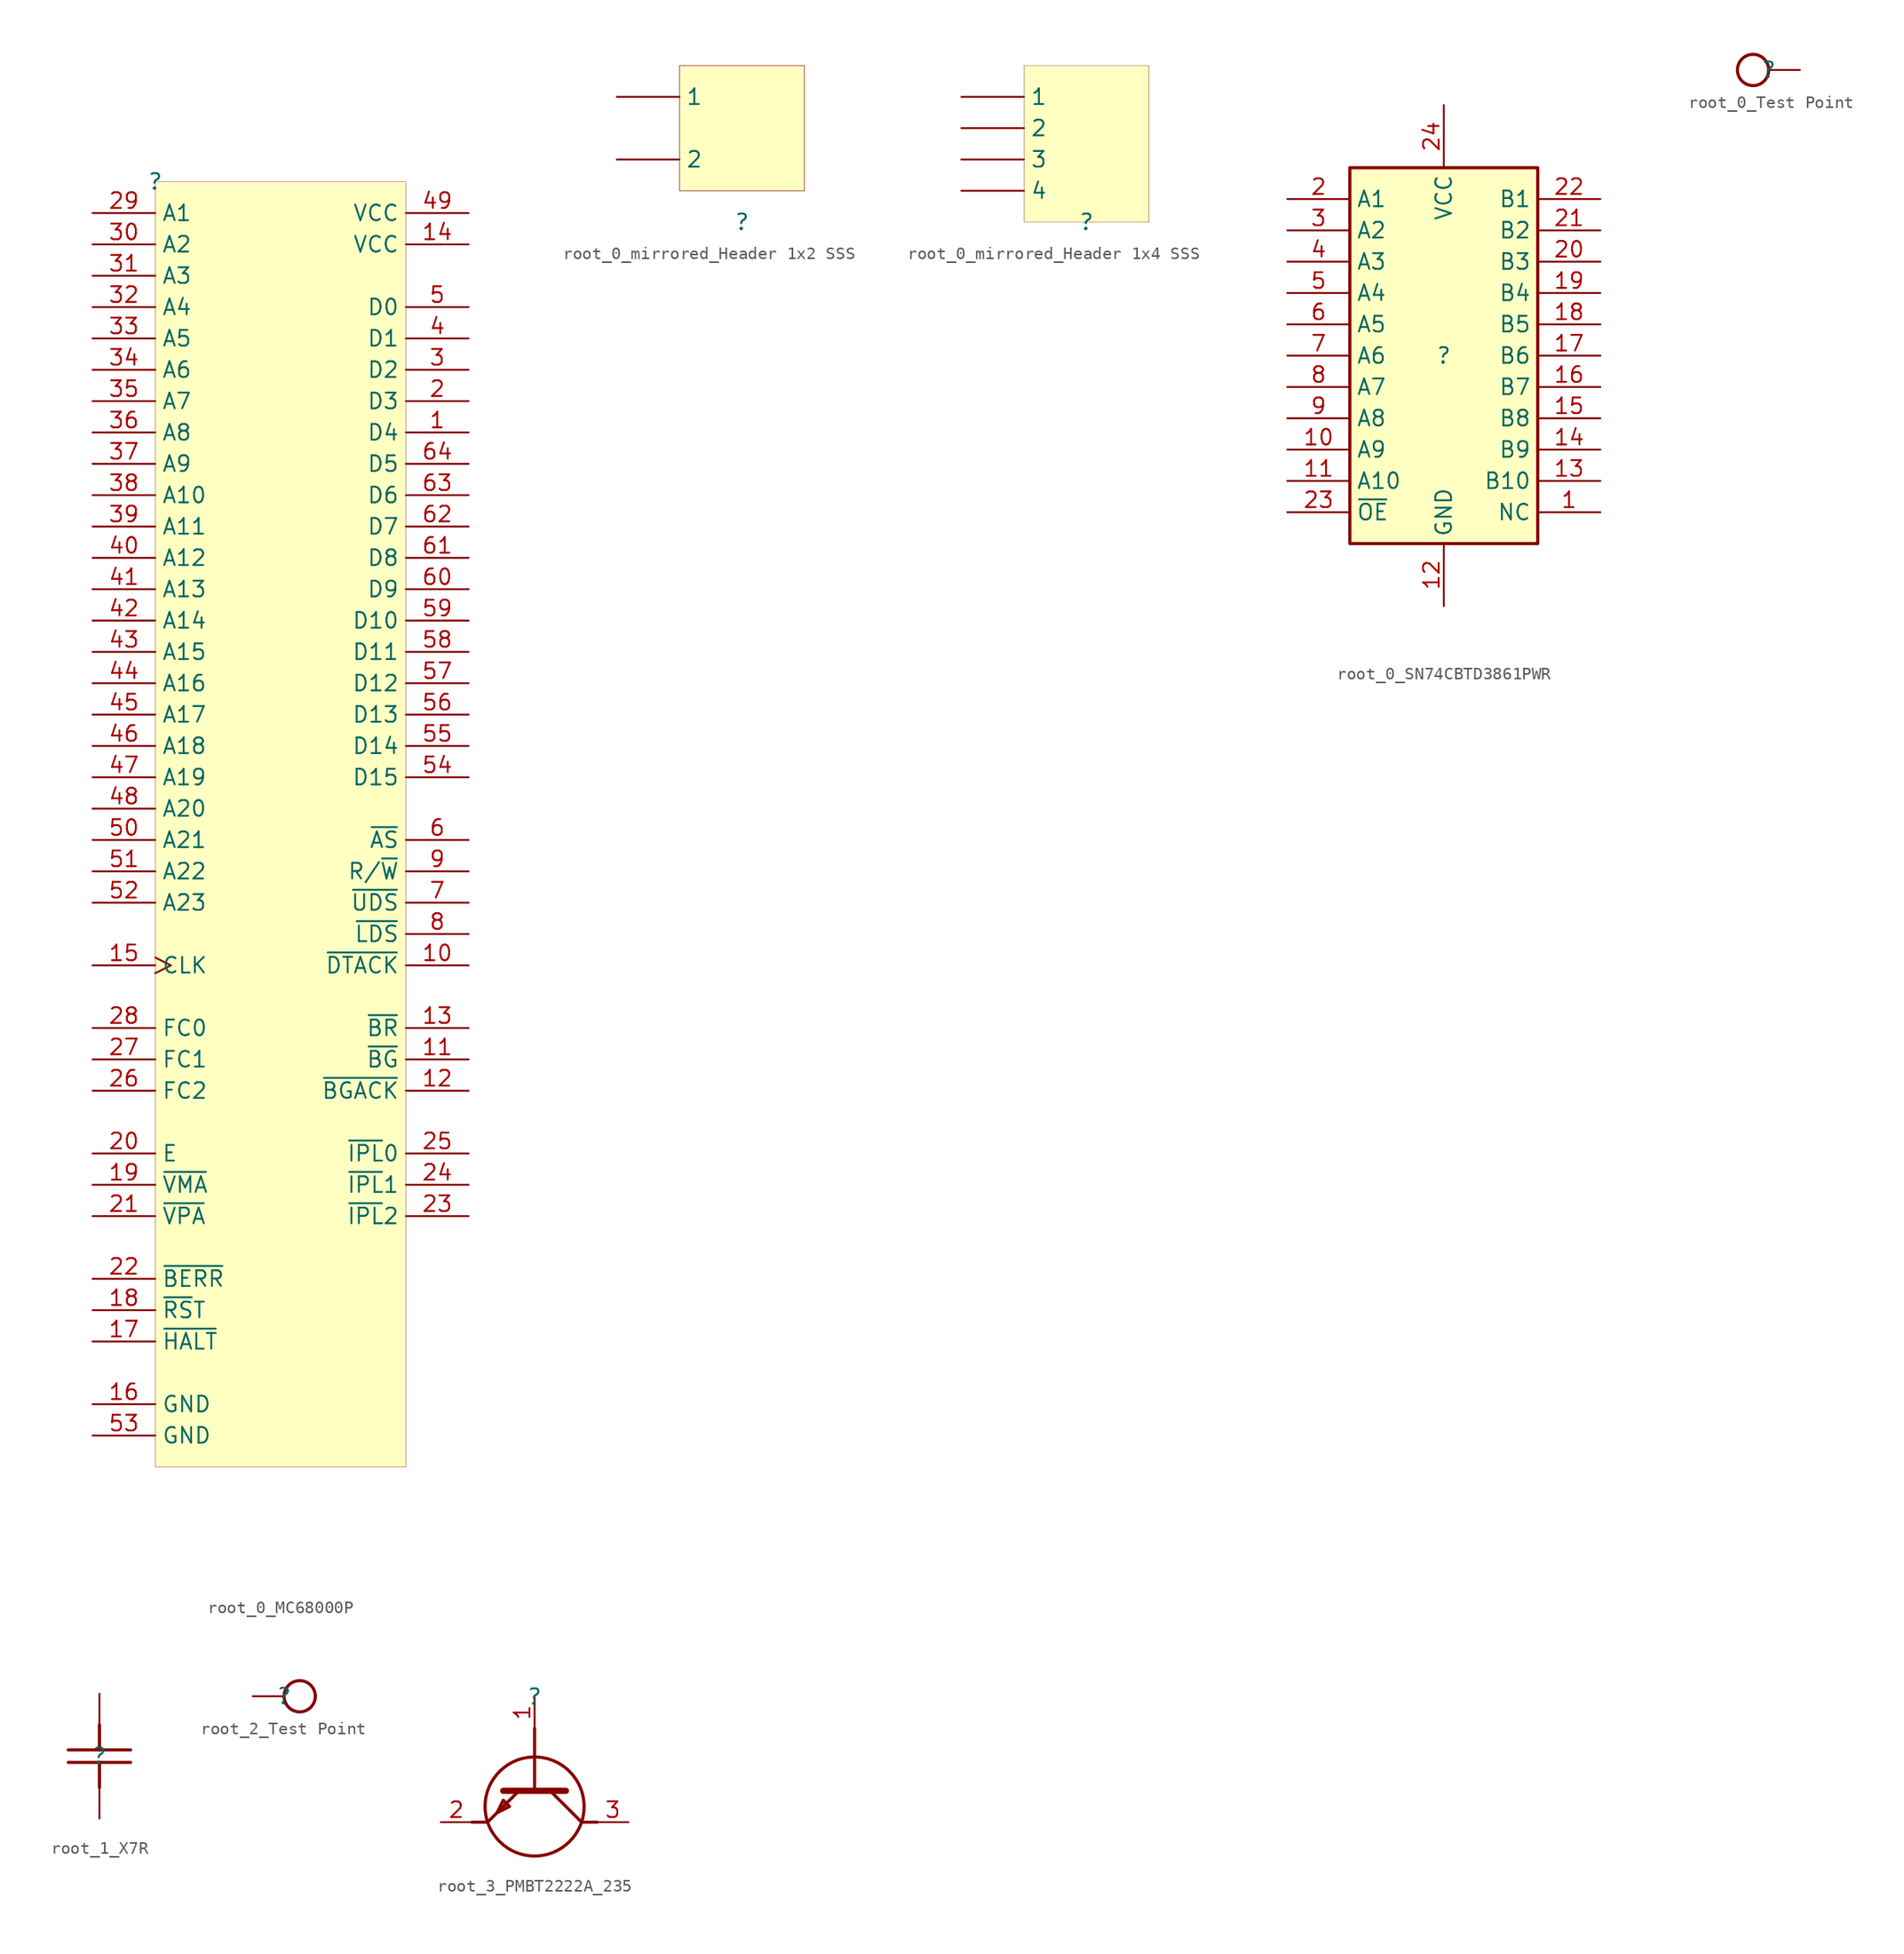
<source format=kicad_sym>
(kicad_symbol_lib
  (version 20231120)
  (generator "kicad_symbol_editor")
  (generator_version "7.99")
  (symbol "root_0_MC68000P"
    (property "Reference" ""
      (at 0 0 0)
      (effects (font (size 1.27 1.27))))
    (property "Value" ""
      (at 0 0 0)
      (effects (font (size 1.27 1.27))))
    (symbol "root_0_MC68000P_1_0"
      (rectangle (start 20.32 0) (end 0 -104.14) (stroke (width 0.025) (type solid) (color 128 0 0 1)) (fill (type background)))
      (pin bidirectional line (at 25.4 -20.32 180) (length 5.08) (name "D4" (effects (font (size 1.27 1.27)))) (number "1" (effects (font (size 1.27 1.27)))))
      (pin input line (at 25.4 -63.5 180) (length 5.08) (name "~{DTACK}" (effects (font (size 1.27 1.27)))) (number "10" (effects (font (size 1.27 1.27)))))
      (pin output line (at 25.4 -71.12 180) (length 5.08) (name "~{BG}" (effects (font (size 1.27 1.27)))) (number "11" (effects (font (size 1.27 1.27)))))
      (pin input line (at 25.4 -73.66 180) (length 5.08) (name "~{BGACK}" (effects (font (size 1.27 1.27)))) (number "12" (effects (font (size 1.27 1.27)))))
      (pin input line (at 25.4 -68.58 180) (length 5.08) (name "~{BR}" (effects (font (size 1.27 1.27)))) (number "13" (effects (font (size 1.27 1.27)))))
      (pin power_in line (at 25.4 -5.08 180) (length 5.08) (name "VCC" (effects (font (size 1.27 1.27)))) (number "14" (effects (font (size 1.27 1.27)))))
      (pin input clock (at -5.08 -63.5 0) (length 5.08) (name "CLK" (effects (font (size 1.27 1.27)))) (number "15" (effects (font (size 1.27 1.27)))))
      (pin power_in line (at -5.08 -99.06 0) (length 5.08) (name "GND" (effects (font (size 1.27 1.27)))) (number "16" (effects (font (size 1.27 1.27)))))
      (pin bidirectional line (at -5.08 -93.98 0) (length 5.08) (name "~{HALT}" (effects (font (size 1.27 1.27)))) (number "17" (effects (font (size 1.27 1.27)))))
      (pin bidirectional line (at -5.08 -91.44 0) (length 5.08) (name "~{RS}T" (effects (font (size 1.27 1.27)))) (number "18" (effects (font (size 1.27 1.27)))))
      (pin output line (at -5.08 -81.28 0) (length 5.08) (name "~{VMA}" (effects (font (size 1.27 1.27)))) (number "19" (effects (font (size 1.27 1.27)))))
      (pin bidirectional line (at 25.4 -17.78 180) (length 5.08) (name "D3" (effects (font (size 1.27 1.27)))) (number "2" (effects (font (size 1.27 1.27)))))
      (pin output line (at -5.08 -78.74 0) (length 5.08) (name "E" (effects (font (size 1.27 1.27)))) (number "20" (effects (font (size 1.27 1.27)))))
      (pin input line (at -5.08 -83.82 0) (length 5.08) (name "~{VPA}" (effects (font (size 1.27 1.27)))) (number "21" (effects (font (size 1.27 1.27)))))
      (pin input line (at -5.08 -88.9 0) (length 5.08) (name "~{BERR}" (effects (font (size 1.27 1.27)))) (number "22" (effects (font (size 1.27 1.27)))))
      (pin input line (at 25.4 -83.82 180) (length 5.08) (name "~{IPL}2" (effects (font (size 1.27 1.27)))) (number "23" (effects (font (size 1.27 1.27)))))
      (pin input line (at 25.4 -81.28 180) (length 5.08) (name "~{IPL}1" (effects (font (size 1.27 1.27)))) (number "24" (effects (font (size 1.27 1.27)))))
      (pin input line (at 25.4 -78.74 180) (length 5.08) (name "~{IPL}0" (effects (font (size 1.27 1.27)))) (number "25" (effects (font (size 1.27 1.27)))))
      (pin output line (at -5.08 -73.66 0) (length 5.08) (name "FC2" (effects (font (size 1.27 1.27)))) (number "26" (effects (font (size 1.27 1.27)))))
      (pin output line (at -5.08 -71.12 0) (length 5.08) (name "FC1" (effects (font (size 1.27 1.27)))) (number "27" (effects (font (size 1.27 1.27)))))
      (pin output line (at -5.08 -68.58 0) (length 5.08) (name "FC0" (effects (font (size 1.27 1.27)))) (number "28" (effects (font (size 1.27 1.27)))))
      (pin tri_state line (at -5.08 -2.54 0) (length 5.08) (name "A1" (effects (font (size 1.27 1.27)))) (number "29" (effects (font (size 1.27 1.27)))))
      (pin bidirectional line (at 25.4 -15.24 180) (length 5.08) (name "D2" (effects (font (size 1.27 1.27)))) (number "3" (effects (font (size 1.27 1.27)))))
      (pin tri_state line (at -5.08 -5.08 0) (length 5.08) (name "A2" (effects (font (size 1.27 1.27)))) (number "30" (effects (font (size 1.27 1.27)))))
      (pin tri_state line (at -5.08 -7.62 0) (length 5.08) (name "A3" (effects (font (size 1.27 1.27)))) (number "31" (effects (font (size 1.27 1.27)))))
      (pin tri_state line (at -5.08 -10.16 0) (length 5.08) (name "A4" (effects (font (size 1.27 1.27)))) (number "32" (effects (font (size 1.27 1.27)))))
      (pin tri_state line (at -5.08 -12.7 0) (length 5.08) (name "A5" (effects (font (size 1.27 1.27)))) (number "33" (effects (font (size 1.27 1.27)))))
      (pin tri_state line (at -5.08 -15.24 0) (length 5.08) (name "A6" (effects (font (size 1.27 1.27)))) (number "34" (effects (font (size 1.27 1.27)))))
      (pin tri_state line (at -5.08 -17.78 0) (length 5.08) (name "A7" (effects (font (size 1.27 1.27)))) (number "35" (effects (font (size 1.27 1.27)))))
      (pin tri_state line (at -5.08 -20.32 0) (length 5.08) (name "A8" (effects (font (size 1.27 1.27)))) (number "36" (effects (font (size 1.27 1.27)))))
      (pin tri_state line (at -5.08 -22.86 0) (length 5.08) (name "A9" (effects (font (size 1.27 1.27)))) (number "37" (effects (font (size 1.27 1.27)))))
      (pin tri_state line (at -5.08 -25.4 0) (length 5.08) (name "A10" (effects (font (size 1.27 1.27)))) (number "38" (effects (font (size 1.27 1.27)))))
      (pin tri_state line (at -5.08 -27.94 0) (length 5.08) (name "A11" (effects (font (size 1.27 1.27)))) (number "39" (effects (font (size 1.27 1.27)))))
      (pin bidirectional line (at 25.4 -12.7 180) (length 5.08) (name "D1" (effects (font (size 1.27 1.27)))) (number "4" (effects (font (size 1.27 1.27)))))
      (pin tri_state line (at -5.08 -30.48 0) (length 5.08) (name "A12" (effects (font (size 1.27 1.27)))) (number "40" (effects (font (size 1.27 1.27)))))
      (pin tri_state line (at -5.08 -33.02 0) (length 5.08) (name "A13" (effects (font (size 1.27 1.27)))) (number "41" (effects (font (size 1.27 1.27)))))
      (pin tri_state line (at -5.08 -35.56 0) (length 5.08) (name "A14" (effects (font (size 1.27 1.27)))) (number "42" (effects (font (size 1.27 1.27)))))
      (pin tri_state line (at -5.08 -38.1 0) (length 5.08) (name "A15" (effects (font (size 1.27 1.27)))) (number "43" (effects (font (size 1.27 1.27)))))
      (pin tri_state line (at -5.08 -40.64 0) (length 5.08) (name "A16" (effects (font (size 1.27 1.27)))) (number "44" (effects (font (size 1.27 1.27)))))
      (pin tri_state line (at -5.08 -43.18 0) (length 5.08) (name "A17" (effects (font (size 1.27 1.27)))) (number "45" (effects (font (size 1.27 1.27)))))
      (pin tri_state line (at -5.08 -45.72 0) (length 5.08) (name "A18" (effects (font (size 1.27 1.27)))) (number "46" (effects (font (size 1.27 1.27)))))
      (pin tri_state line (at -5.08 -48.26 0) (length 5.08) (name "A19" (effects (font (size 1.27 1.27)))) (number "47" (effects (font (size 1.27 1.27)))))
      (pin tri_state line (at -5.08 -50.8 0) (length 5.08) (name "A20" (effects (font (size 1.27 1.27)))) (number "48" (effects (font (size 1.27 1.27)))))
      (pin power_in line (at 25.4 -2.54 180) (length 5.08) (name "VCC" (effects (font (size 1.27 1.27)))) (number "49" (effects (font (size 1.27 1.27)))))
      (pin bidirectional line (at 25.4 -10.16 180) (length 5.08) (name "D0" (effects (font (size 1.27 1.27)))) (number "5" (effects (font (size 1.27 1.27)))))
      (pin tri_state line (at -5.08 -53.34 0) (length 5.08) (name "A21" (effects (font (size 1.27 1.27)))) (number "50" (effects (font (size 1.27 1.27)))))
      (pin tri_state line (at -5.08 -55.88 0) (length 5.08) (name "A22" (effects (font (size 1.27 1.27)))) (number "51" (effects (font (size 1.27 1.27)))))
      (pin tri_state line (at -5.08 -58.42 0) (length 5.08) (name "A23" (effects (font (size 1.27 1.27)))) (number "52" (effects (font (size 1.27 1.27)))))
      (pin power_in line (at -5.08 -101.6 0) (length 5.08) (name "GND" (effects (font (size 1.27 1.27)))) (number "53" (effects (font (size 1.27 1.27)))))
      (pin bidirectional line (at 25.4 -48.26 180) (length 5.08) (name "D15" (effects (font (size 1.27 1.27)))) (number "54" (effects (font (size 1.27 1.27)))))
      (pin bidirectional line (at 25.4 -45.72 180) (length 5.08) (name "D14" (effects (font (size 1.27 1.27)))) (number "55" (effects (font (size 1.27 1.27)))))
      (pin bidirectional line (at 25.4 -43.18 180) (length 5.08) (name "D13" (effects (font (size 1.27 1.27)))) (number "56" (effects (font (size 1.27 1.27)))))
      (pin bidirectional line (at 25.4 -40.64 180) (length 5.08) (name "D12" (effects (font (size 1.27 1.27)))) (number "57" (effects (font (size 1.27 1.27)))))
      (pin bidirectional line (at 25.4 -38.1 180) (length 5.08) (name "D11" (effects (font (size 1.27 1.27)))) (number "58" (effects (font (size 1.27 1.27)))))
      (pin bidirectional line (at 25.4 -35.56 180) (length 5.08) (name "D10" (effects (font (size 1.27 1.27)))) (number "59" (effects (font (size 1.27 1.27)))))
      (pin output line (at 25.4 -53.34 180) (length 5.08) (name "~{AS}" (effects (font (size 1.27 1.27)))) (number "6" (effects (font (size 1.27 1.27)))))
      (pin bidirectional line (at 25.4 -33.02 180) (length 5.08) (name "D9" (effects (font (size 1.27 1.27)))) (number "60" (effects (font (size 1.27 1.27)))))
      (pin bidirectional line (at 25.4 -30.48 180) (length 5.08) (name "D8" (effects (font (size 1.27 1.27)))) (number "61" (effects (font (size 1.27 1.27)))))
      (pin bidirectional line (at 25.4 -27.94 180) (length 5.08) (name "D7" (effects (font (size 1.27 1.27)))) (number "62" (effects (font (size 1.27 1.27)))))
      (pin bidirectional line (at 25.4 -25.4 180) (length 5.08) (name "D6" (effects (font (size 1.27 1.27)))) (number "63" (effects (font (size 1.27 1.27)))))
      (pin bidirectional line (at 25.4 -22.86 180) (length 5.08) (name "D5" (effects (font (size 1.27 1.27)))) (number "64" (effects (font (size 1.27 1.27)))))
      (pin output line (at 25.4 -58.42 180) (length 5.08) (name "~{UDS}" (effects (font (size 1.27 1.27)))) (number "7" (effects (font (size 1.27 1.27)))))
      (pin output line (at 25.4 -60.96 180) (length 5.08) (name "~{LDS}" (effects (font (size 1.27 1.27)))) (number "8" (effects (font (size 1.27 1.27)))))
      (pin output line (at 25.4 -55.88 180) (length 5.08) (name "R/~{W}" (effects (font (size 1.27 1.27)))) (number "9" (effects (font (size 1.27 1.27)))))))
  (symbol "root_0_mirrored_Header 1x2 SSS"
    (property "Reference" ""
      (at 0 0 0)
      (effects (font (size 1.27 1.27))))
    (property "Value" ""
      (at 0 0 0)
      (effects (font (size 1.27 1.27))))
    (symbol "root_0_mirrored_Header 1x2 SSS_1_0"
      (rectangle (start 5.08 12.7) (end -5.08 2.54) (stroke (width 0.025) (type solid) (color 128 0 0 1)) (fill (type background)))
      (rectangle (start 5.08 12.7) (end -5.08 2.54) (stroke (width 0.025) (type solid) (color 128 0 0 1)) (fill (type background)))
      (pin passive line (at -10.16 10.16 0) (length 5.08) (name "1" (effects (font (size 1.27 1.27)))) (number "1" (effects (font (size 0 0)))))
      (pin passive line (at -10.16 5.08 0) (length 5.08) (name "2" (effects (font (size 1.27 1.27)))) (number "2" (effects (font (size 0 0)))))))
  (symbol "root_0_mirrored_Header 1x4 SSS"
    (property "Reference" ""
      (at 0 0 0)
      (effects (font (size 1.27 1.27))))
    (property "Value" ""
      (at 0 0 0)
      (effects (font (size 1.27 1.27))))
    (symbol "root_0_mirrored_Header 1x4 SSS_1_0"
      (rectangle (start 5.08 12.7) (end -5.08 0) (stroke (width 0.025) (type solid) (color 128 0 0 1)) (fill (type background)))
      (pin passive line (at -10.16 10.16 0) (length 5.08) (name "1" (effects (font (size 1.27 1.27)))) (number "1" (effects (font (size 0 0)))))
      (pin passive line (at -10.16 7.62 0) (length 5.08) (name "2" (effects (font (size 1.27 1.27)))) (number "2" (effects (font (size 0 0)))))
      (pin passive line (at -10.16 5.08 0) (length 5.08) (name "3" (effects (font (size 1.27 1.27)))) (number "3" (effects (font (size 0 0)))))
      (pin passive line (at -10.16 2.54 0) (length 5.08) (name "4" (effects (font (size 1.27 1.27)))) (number "4" (effects (font (size 0 0)))))))
  (symbol "root_0_SN74CBTD3861PWR"
    (property "Reference" ""
      (at 0 0 0)
      (effects (font (size 1.27 1.27))))
    (property "Value" ""
      (at 0 0 0)
      (effects (font (size 1.27 1.27))))
    (symbol "root_0_SN74CBTD3861PWR_1_0"
      (rectangle (start 7.62 15.24) (end -7.62 -15.24) (stroke (width 0.254) (type solid)) (fill (type background)))
      (pin passive line (at 12.7 -12.7 180) (length 5.08) (name "NC" (effects (font (size 1.27 1.27)))) (number "1" (effects (font (size 1.27 1.27)))))
      (pin passive line (at -12.7 -7.62 0) (length 5.08) (name "A9" (effects (font (size 1.27 1.27)))) (number "10" (effects (font (size 1.27 1.27)))))
      (pin passive line (at -12.7 -10.16 0) (length 5.08) (name "A10" (effects (font (size 1.27 1.27)))) (number "11" (effects (font (size 1.27 1.27)))))
      (pin passive line (at 0 -20.32 90) (length 5.08) (name "GND" (effects (font (size 1.27 1.27)))) (number "12" (effects (font (size 1.27 1.27)))))
      (pin passive line (at 12.7 -10.16 180) (length 5.08) (name "B10" (effects (font (size 1.27 1.27)))) (number "13" (effects (font (size 1.27 1.27)))))
      (pin passive line (at 12.7 -7.62 180) (length 5.08) (name "B9" (effects (font (size 1.27 1.27)))) (number "14" (effects (font (size 1.27 1.27)))))
      (pin passive line (at 12.7 -5.08 180) (length 5.08) (name "B8" (effects (font (size 1.27 1.27)))) (number "15" (effects (font (size 1.27 1.27)))))
      (pin passive line (at 12.7 -2.54 180) (length 5.08) (name "B7" (effects (font (size 1.27 1.27)))) (number "16" (effects (font (size 1.27 1.27)))))
      (pin passive line (at 12.7 0 180) (length 5.08) (name "B6" (effects (font (size 1.27 1.27)))) (number "17" (effects (font (size 1.27 1.27)))))
      (pin passive line (at 12.7 2.54 180) (length 5.08) (name "B5" (effects (font (size 1.27 1.27)))) (number "18" (effects (font (size 1.27 1.27)))))
      (pin passive line (at 12.7 5.08 180) (length 5.08) (name "B4" (effects (font (size 1.27 1.27)))) (number "19" (effects (font (size 1.27 1.27)))))
      (pin passive line (at -12.7 12.7 0) (length 5.08) (name "A1" (effects (font (size 1.27 1.27)))) (number "2" (effects (font (size 1.27 1.27)))))
      (pin passive line (at 12.7 7.62 180) (length 5.08) (name "B3" (effects (font (size 1.27 1.27)))) (number "20" (effects (font (size 1.27 1.27)))))
      (pin passive line (at 12.7 10.16 180) (length 5.08) (name "B2" (effects (font (size 1.27 1.27)))) (number "21" (effects (font (size 1.27 1.27)))))
      (pin passive line (at 12.7 12.7 180) (length 5.08) (name "B1" (effects (font (size 1.27 1.27)))) (number "22" (effects (font (size 1.27 1.27)))))
      (pin passive line (at -12.7 -12.7 0) (length 5.08) (name "~{OE}" (effects (font (size 1.27 1.27)))) (number "23" (effects (font (size 1.27 1.27)))))
      (pin passive line (at 0 20.32 270) (length 5.08) (name "VCC" (effects (font (size 1.27 1.27)))) (number "24" (effects (font (size 1.27 1.27)))))
      (pin passive line (at -12.7 10.16 0) (length 5.08) (name "A2" (effects (font (size 1.27 1.27)))) (number "3" (effects (font (size 1.27 1.27)))))
      (pin passive line (at -12.7 7.62 0) (length 5.08) (name "A3" (effects (font (size 1.27 1.27)))) (number "4" (effects (font (size 1.27 1.27)))))
      (pin passive line (at -12.7 5.08 0) (length 5.08) (name "A4" (effects (font (size 1.27 1.27)))) (number "5" (effects (font (size 1.27 1.27)))))
      (pin passive line (at -12.7 2.54 0) (length 5.08) (name "A5" (effects (font (size 1.27 1.27)))) (number "6" (effects (font (size 1.27 1.27)))))
      (pin passive line (at -12.7 0 0) (length 5.08) (name "A6" (effects (font (size 1.27 1.27)))) (number "7" (effects (font (size 1.27 1.27)))))
      (pin passive line (at -12.7 -2.54 0) (length 5.08) (name "A7" (effects (font (size 1.27 1.27)))) (number "8" (effects (font (size 1.27 1.27)))))
      (pin passive line (at -12.7 -5.08 0) (length 5.08) (name "A8" (effects (font (size 1.27 1.27)))) (number "9" (effects (font (size 1.27 1.27)))))))
  (symbol "root_0_Test Point"
    (property "Reference" ""
      (at 0 0 0)
      (effects (font (size 1.27 1.27))))
    (property "Value" ""
      (at 0 0 0)
      (effects (font (size 1.27 1.27))))
    (symbol "root_0_Test Point_1_0"
      (circle (center -1.27 0) (radius 1.27) (stroke (width 0.254) (type solid)) (fill (type none)))
      (pin passive line (at 2.54 0 180) (length 2.54) (name "1" (effects (font (size 0 0)))) (number "1" (effects (font (size 0 0)))))))
  (symbol "root_1_X7R"
    (property "Reference" ""
      (at 0 0 0)
      (effects (font (size 1.27 1.27))))
    (property "Value" ""
      (at 0 0 0)
      (effects (font (size 1.27 1.27))))
    (symbol "root_1_X7R_1_0"
      (polyline (pts (xy -2.54 -0.508) (xy 2.54 -0.508)) (stroke (width 0.254) (type solid)) (fill (type none)))
      (polyline (pts (xy -2.54 0.508) (xy 2.54 0.508)) (stroke (width 0.254) (type solid)) (fill (type none)))
      (polyline (pts (xy 0 -2.54) (xy 0 -0.508)) (stroke (width 0.254) (type solid)) (fill (type none)))
      (polyline (pts (xy 0 2.54) (xy 0 0.508)) (stroke (width 0.254) (type solid)) (fill (type none)))
      (pin passive line (at 0 5.08 270) (length 2.54) (name "1" (effects (font (size 0 0)))) (number "1" (effects (font (size 0 0)))))
      (pin passive line (at 0 -5.08 90) (length 2.54) (name "2" (effects (font (size 0 0)))) (number "2" (effects (font (size 0 0)))))))
  (symbol "root_2_Test Point"
    (property "Reference" ""
      (at 0 0 0)
      (effects (font (size 1.27 1.27))))
    (property "Value" ""
      (at 0 0 0)
      (effects (font (size 1.27 1.27))))
    (symbol "root_2_Test Point_1_0"
      (circle (center 1.27 0) (radius 1.27) (stroke (width 0.254) (type solid)) (fill (type none)))
      (pin passive line (at -2.54 0 0) (length 2.54) (name "1" (effects (font (size 0 0)))) (number "1" (effects (font (size 0 0)))))))
  (symbol "root_3_PMBT2222A_235"
    (property "Reference" ""
      (at 0 0 0)
      (effects (font (size 1.27 1.27))))
    (property "Value" ""
      (at 0 0 0)
      (effects (font (size 1.27 1.27))))
    (symbol "root_3_PMBT2222A_235_1_0"
      (circle (center 0 -8.89) (radius 4.016) (stroke (width 0.254) (type solid)) (fill (type none)))
      (polyline (pts (xy -5.08 -10.16) (xy -3.81 -10.16)) (stroke (width 0.254) (type solid)) (fill (type none)))
      (polyline (pts (xy -3.81 -10.16) (xy -1.27 -7.62)) (stroke (width 0.254) (type solid)) (fill (type none)))
      (polyline (pts (xy -2.54 -7.62) (xy 2.54 -7.62)) (stroke (width 0.508) (type solid)) (fill (type none)))
      (polyline (pts (xy 0 -7.62) (xy 0 -2.54)) (stroke (width 0.254) (type solid)) (fill (type none)))
      (polyline (pts (xy 3.81 -10.16) (xy 1.27 -7.62)) (stroke (width 0.254) (type solid)) (fill (type none)))
      (polyline (pts (xy 5.08 -10.16) (xy 3.81 -10.16)) (stroke (width 0.254) (type solid)) (fill (type none)))
      (polyline (pts (xy -2.54 -8.382) (xy -2.032 -8.89) (xy -3.048 -9.398) (xy -2.54 -8.382)) (stroke (width 0.254) (type solid)) (fill (type background)))
      (pin passive line (at 0 0 270) (length 2.54) (name "B" (effects (font (size 0 0)))) (number "1" (effects (font (size 1.27 1.27)))))
      (pin passive line (at -7.62 -10.16 0) (length 2.54) (name "E" (effects (font (size 0 0)))) (number "2" (effects (font (size 1.27 1.27)))))
      (pin passive line (at 7.62 -10.16 180) (length 2.54) (name "C" (effects (font (size 0 0)))) (number "3" (effects (font (size 1.27 1.27))))))))
</source>
